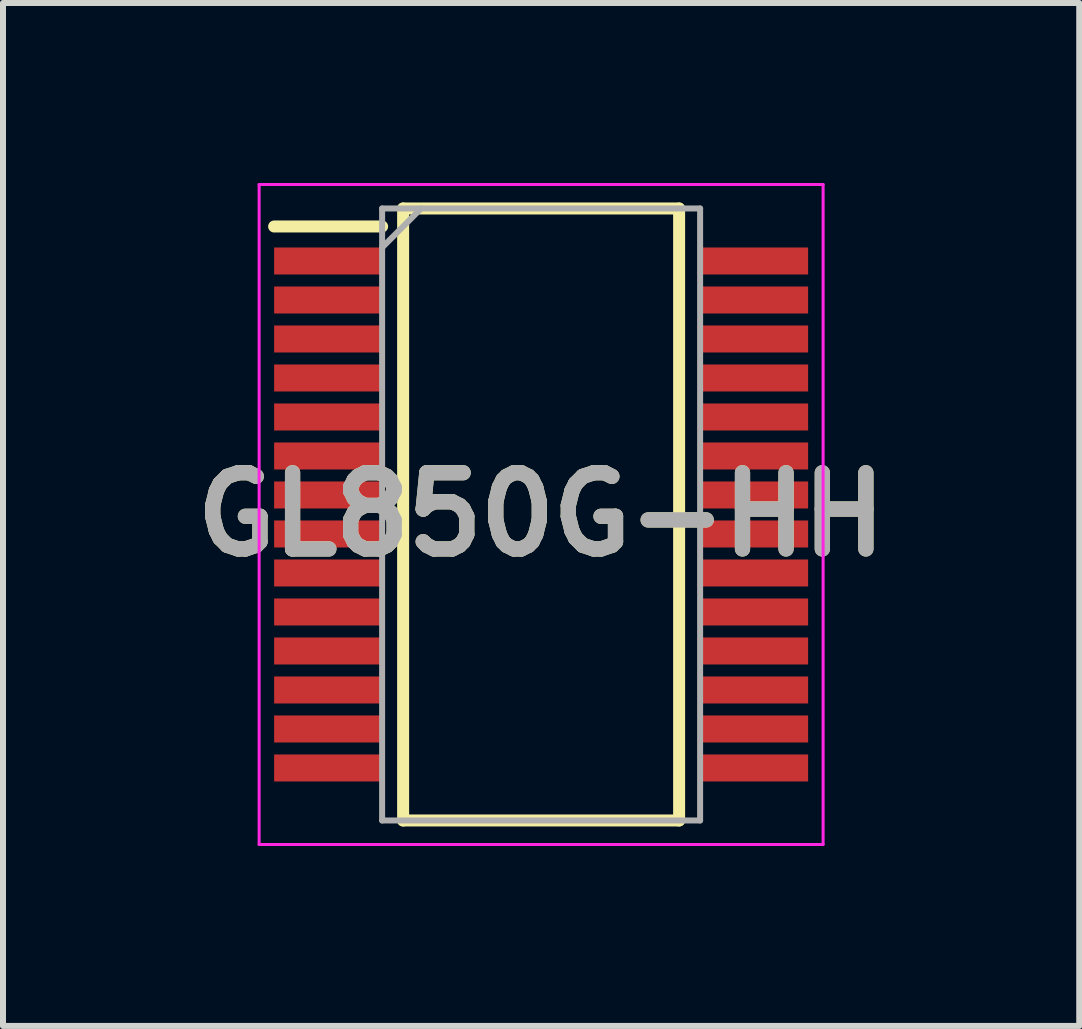
<source format=kicad_pcb>
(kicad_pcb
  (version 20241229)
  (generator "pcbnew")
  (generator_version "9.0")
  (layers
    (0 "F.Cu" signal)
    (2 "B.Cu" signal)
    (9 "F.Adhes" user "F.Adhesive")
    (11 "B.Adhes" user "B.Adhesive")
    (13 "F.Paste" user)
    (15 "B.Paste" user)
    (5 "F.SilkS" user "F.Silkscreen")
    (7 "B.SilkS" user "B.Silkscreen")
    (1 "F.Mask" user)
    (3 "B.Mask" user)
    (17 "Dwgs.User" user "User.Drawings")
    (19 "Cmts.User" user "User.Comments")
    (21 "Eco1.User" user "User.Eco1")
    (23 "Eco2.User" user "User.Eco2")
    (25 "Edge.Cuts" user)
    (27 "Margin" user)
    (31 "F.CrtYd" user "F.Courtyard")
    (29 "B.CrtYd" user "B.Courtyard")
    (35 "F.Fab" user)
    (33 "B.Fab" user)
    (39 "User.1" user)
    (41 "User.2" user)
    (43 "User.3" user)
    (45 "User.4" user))
  (footprint "GL850G-HH"
    (layer "F.Cu")
    (at 5.969 5.525)
    (property "Reference" "GL850G-HH" (at 0 0 0) (layer "F.SilkS") (effects (font (size 1.27 1.27) (thickness 0.254))))
    (attr smd)
    (fp_line (start -4.45 -4.8) (end -2.65 -4.8) (stroke (width 0.2) (type solid)) (layer "F.SilkS"))
    (fp_line (start -2.3 -5.1) (end 2.3 -5.1) (stroke (width 0.2) (type solid)) (layer "F.SilkS"))
    (fp_line (start -2.3 5.1) (end -2.3 -5.1) (stroke (width 0.2) (type solid)) (layer "F.SilkS"))
    (fp_line (start 2.3 -5.1) (end 2.3 5.1) (stroke (width 0.2) (type solid)) (layer "F.SilkS"))
    (fp_line (start 2.3 5.1) (end -2.3 5.1) (stroke (width 0.2) (type solid)) (layer "F.SilkS"))
    (fp_line (start -4.7 -5.5) (end 4.7 -5.5) (stroke (width 0.05) (type solid)) (layer "F.CrtYd"))
    (fp_line (start -4.7 5.5) (end -4.7 -5.5) (stroke (width 0.05) (type solid)) (layer "F.CrtYd"))
    (fp_line (start 4.7 -5.5) (end 4.7 5.5) (stroke (width 0.05) (type solid)) (layer "F.CrtYd"))
    (fp_line (start 4.7 5.5) (end -4.7 5.5) (stroke (width 0.05) (type solid)) (layer "F.CrtYd"))
    (fp_line (start -2.65 -5.1) (end 2.65 -5.1) (stroke (width 0.1) (type solid)) (layer "F.Fab"))
    (fp_line (start -2.65 -4.45) (end -2 -5.1) (stroke (width 0.1) (type solid)) (layer "F.Fab"))
    (fp_line (start -2.65 5.1) (end -2.65 -5.1) (stroke (width 0.1) (type solid)) (layer "F.Fab"))
    (fp_line (start 2.65 -5.1) (end 2.65 5.1) (stroke (width 0.1) (type solid)) (layer "F.Fab"))
    (fp_line (start 2.65 5.1) (end -2.65 5.1) (stroke (width 0.1) (type solid)) (layer "F.Fab"))
    (fp_text user "${REFERENCE}" (at 0 0 0) (layer "F.Fab") (effects (font (size 1.27 1.27) (thickness 0.254))))
    (pad "1" smd rect (at -3.55 -4.225 90) (size 0.45 1.8) (layers "F.Cu" "F.Mask" "F.Paste"))
    (pad "2" smd rect (at -3.55 -3.575 90) (size 0.45 1.8) (layers "F.Cu" "F.Mask" "F.Paste"))
    (pad "3" smd rect (at -3.55 -2.925 90) (size 0.45 1.8) (layers "F.Cu" "F.Mask" "F.Paste"))
    (pad "4" smd rect (at -3.55 -2.275 90) (size 0.45 1.8) (layers "F.Cu" "F.Mask" "F.Paste"))
    (pad "5" smd rect (at -3.55 -1.625 90) (size 0.45 1.8) (layers "F.Cu" "F.Mask" "F.Paste"))
    (pad "6" smd rect (at -3.55 -0.975 90) (size 0.45 1.8) (layers "F.Cu" "F.Mask" "F.Paste"))
    (pad "7" smd rect (at -3.55 -0.325 90) (size 0.45 1.8) (layers "F.Cu" "F.Mask" "F.Paste"))
    (pad "8" smd rect (at -3.55 0.325 90) (size 0.45 1.8) (layers "F.Cu" "F.Mask" "F.Paste"))
    (pad "9" smd rect (at -3.55 0.975 90) (size 0.45 1.8) (layers "F.Cu" "F.Mask" "F.Paste"))
    (pad "10" smd rect (at -3.55 1.625 90) (size 0.45 1.8) (layers "F.Cu" "F.Mask" "F.Paste"))
    (pad "11" smd rect (at -3.55 2.275 90) (size 0.45 1.8) (layers "F.Cu" "F.Mask" "F.Paste"))
    (pad "12" smd rect (at -3.55 2.925 90) (size 0.45 1.8) (layers "F.Cu" "F.Mask" "F.Paste"))
    (pad "13" smd rect (at -3.55 3.575 90) (size 0.45 1.8) (layers "F.Cu" "F.Mask" "F.Paste"))
    (pad "14" smd rect (at -3.55 4.225 90) (size 0.45 1.8) (layers "F.Cu" "F.Mask" "F.Paste"))
    (pad "15" smd rect (at 3.55 4.225 90) (size 0.45 1.8) (layers "F.Cu" "F.Mask" "F.Paste"))
    (pad "16" smd rect (at 3.55 3.575 90) (size 0.45 1.8) (layers "F.Cu" "F.Mask" "F.Paste"))
    (pad "17" smd rect (at 3.55 2.925 90) (size 0.45 1.8) (layers "F.Cu" "F.Mask" "F.Paste"))
    (pad "18" smd rect (at 3.55 2.275 90) (size 0.45 1.8) (layers "F.Cu" "F.Mask" "F.Paste"))
    (pad "19" smd rect (at 3.55 1.625 90) (size 0.45 1.8) (layers "F.Cu" "F.Mask" "F.Paste"))
    (pad "20" smd rect (at 3.55 0.975 90) (size 0.45 1.8) (layers "F.Cu" "F.Mask" "F.Paste"))
    (pad "21" smd rect (at 3.55 0.325 90) (size 0.45 1.8) (layers "F.Cu" "F.Mask" "F.Paste"))
    (pad "22" smd rect (at 3.55 -0.325 90) (size 0.45 1.8) (layers "F.Cu" "F.Mask" "F.Paste"))
    (pad "23" smd rect (at 3.55 -0.975 90) (size 0.45 1.8) (layers "F.Cu" "F.Mask" "F.Paste"))
    (pad "24" smd rect (at 3.55 -1.625 90) (size 0.45 1.8) (layers "F.Cu" "F.Mask" "F.Paste"))
    (pad "25" smd rect (at 3.55 -2.275 90) (size 0.45 1.8) (layers "F.Cu" "F.Mask" "F.Paste"))
    (pad "26" smd rect (at 3.55 -2.925 90) (size 0.45 1.8) (layers "F.Cu" "F.Mask" "F.Paste"))
    (pad "27" smd rect (at 3.55 -3.575 90) (size 0.45 1.8) (layers "F.Cu" "F.Mask" "F.Paste"))
    (pad "28" smd rect (at 3.55 -4.225 90) (size 0.45 1.8) (layers "F.Cu" "F.Mask" "F.Paste")))
  (gr_rect
    (start -3 -3)
    (end 14.938 14.05)
    (stroke (width 0.1) (type default))
    (fill no)
    (layer "Edge.Cuts")))
</source>
